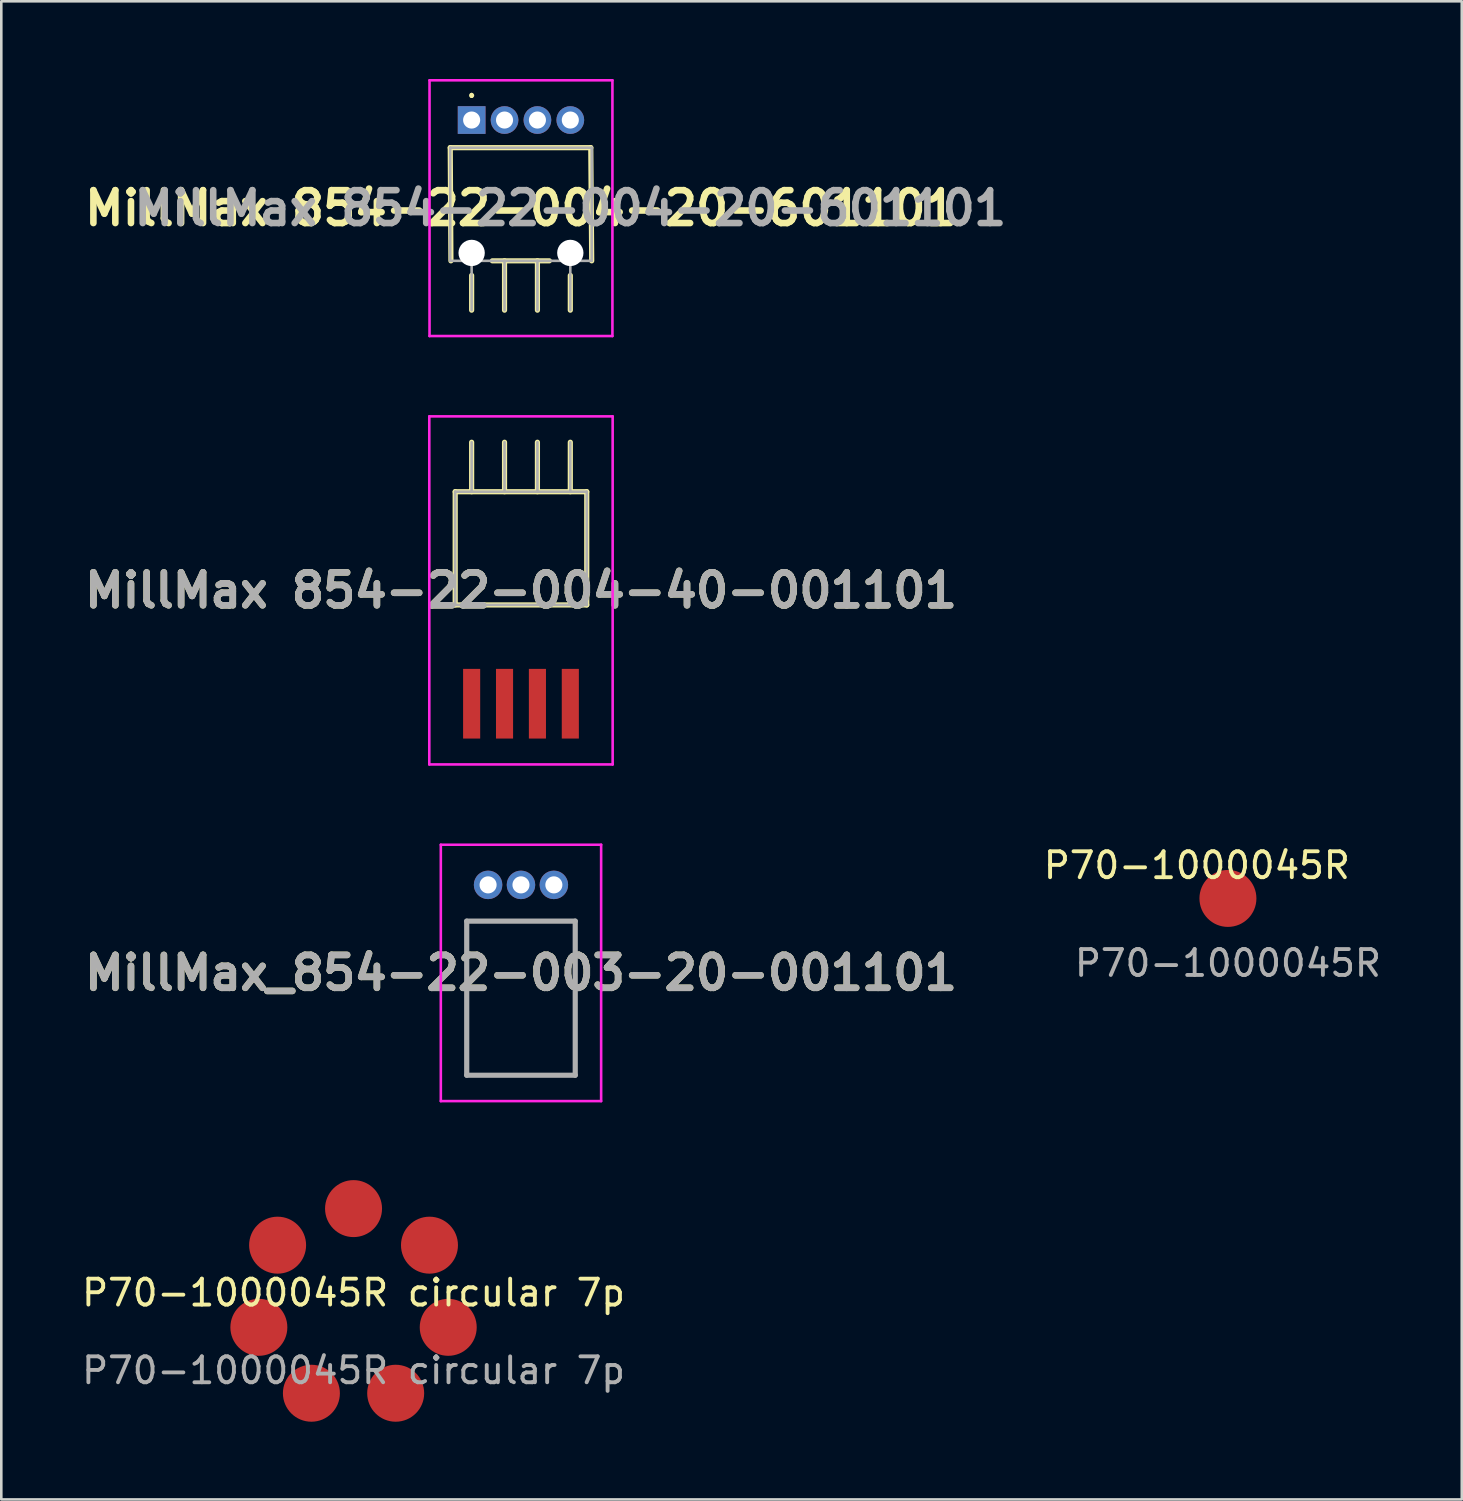
<source format=kicad_pcb>
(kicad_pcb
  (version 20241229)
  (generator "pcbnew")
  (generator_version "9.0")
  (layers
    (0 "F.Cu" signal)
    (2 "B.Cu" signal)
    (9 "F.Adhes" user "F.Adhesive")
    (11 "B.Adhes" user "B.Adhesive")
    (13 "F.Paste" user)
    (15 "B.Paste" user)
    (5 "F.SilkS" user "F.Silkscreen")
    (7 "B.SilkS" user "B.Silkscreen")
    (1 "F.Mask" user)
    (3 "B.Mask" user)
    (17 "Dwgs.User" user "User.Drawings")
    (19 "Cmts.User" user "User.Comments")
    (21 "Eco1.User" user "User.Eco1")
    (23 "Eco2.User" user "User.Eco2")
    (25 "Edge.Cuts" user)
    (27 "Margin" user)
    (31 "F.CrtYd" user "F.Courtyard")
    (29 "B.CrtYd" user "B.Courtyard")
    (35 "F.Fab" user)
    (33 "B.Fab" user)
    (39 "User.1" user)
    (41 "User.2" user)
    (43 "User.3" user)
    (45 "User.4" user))
  (footprint "MillMax 854-22-004-20-601101"
    (layer "F.Cu")
    (at 17.066 1.585)
    (property "Reference" "MillMax 854-22-004-20-601101" (at 0 3.403 0) (layer "F.SilkS") (effects (font (size 1.27 1.27) (thickness 0.254))))
    (attr through_hole)
    (fp_line (start -2.731 1.067) (end 2.695 1.067) (stroke (width 0.2) (type solid)) (layer "F.SilkS"))
    (fp_line (start -2.705 5.436) (end -2.731 1.067) (stroke (width 0.2) (type solid)) (layer "F.SilkS"))
    (fp_line (start -1.905 -1) (end -1.905 -1) (stroke (width 0.1) (type solid)) (layer "F.SilkS"))
    (fp_line (start -1.905 -0.9) (end -1.905 -0.9) (stroke (width 0.1) (type solid)) (layer "F.SilkS"))
    (fp_line (start -1.905 7.341) (end -1.905 6) (stroke (width 0.2) (type solid)) (layer "F.SilkS"))
    (fp_line (start -1.105 5.436) (end 1.095 5.436) (stroke (width 0.2) (type solid)) (layer "F.SilkS"))
    (fp_line (start -0.635 7.341) (end -0.635 5.436) (stroke (width 0.2) (type solid)) (layer "F.SilkS"))
    (fp_line (start 0.635 7.341) (end 0.635 5.436) (stroke (width 0.2) (type solid)) (layer "F.SilkS"))
    (fp_line (start 1.905 7.341) (end 1.905 6) (stroke (width 0.2) (type solid)) (layer "F.SilkS"))
    (fp_line (start 2.695 1.067) (end 2.731 5.436) (stroke (width 0.2) (type solid)) (layer "F.SilkS"))
    (fp_arc (start -1.905 -1) (mid -1.855 -0.95) (end -1.905 -0.9) (stroke (width 0.1) (type solid)) (layer "F.SilkS"))
    (fp_arc (start -1.905 -0.9) (mid -1.955 -0.95) (end -1.905 -1) (stroke (width 0.1) (type solid)) (layer "F.SilkS"))
    (fp_line (start -3.531 -1.535) (end 3.531 -1.535) (stroke (width 0.1) (type solid)) (layer "F.CrtYd"))
    (fp_line (start -3.531 8.341) (end -3.531 -1.535) (stroke (width 0.1) (type solid)) (layer "F.CrtYd"))
    (fp_line (start 3.531 -1.535) (end 3.531 8.341) (stroke (width 0.1) (type solid)) (layer "F.CrtYd"))
    (fp_line (start 3.531 8.341) (end -3.531 8.341) (stroke (width 0.1) (type solid)) (layer "F.CrtYd"))
    (fp_line (start -2.731 1.067) (end -2.731 5.436) (stroke (width 0.1) (type solid)) (layer "F.Fab"))
    (fp_line (start -2.731 5.436) (end 2.731 5.436) (stroke (width 0.1) (type solid)) (layer "F.Fab"))
    (fp_line (start -1.905 5.436) (end -1.905 7.341) (stroke (width 0.1) (type solid)) (layer "F.Fab"))
    (fp_line (start -0.635 7.341) (end -0.635 5.436) (stroke (width 0.1) (type solid)) (layer "F.Fab"))
    (fp_line (start 0.635 7.341) (end 0.635 5.436) (stroke (width 0.1) (type solid)) (layer "F.Fab"))
    (fp_line (start 1.905 7.341) (end 1.905 5.436) (stroke (width 0.1) (type solid)) (layer "F.Fab"))
    (fp_line (start 2.731 1.067) (end -2.731 1.067) (stroke (width 0.1) (type solid)) (layer "F.Fab"))
    (fp_line (start 2.731 5.436) (end 2.731 1.067) (stroke (width 0.1) (type solid)) (layer "F.Fab"))
    (fp_text user "${REFERENCE}" (at 1.905 3.403 0) (layer "F.Fab") (effects (font (size 1.27 1.27) (thickness 0.254))))
    (pad "" np_thru_hole circle (at -1.905 5.131) (size 1.016 1.016) (drill 1.016) (layers "*.Cu" "*.Mask"))
    (pad "" np_thru_hole circle (at 1.905 5.131) (size 1.016 1.016) (drill 1.016) (layers "*.Cu" "*.Mask"))
    (pad "1" thru_hole rect (at -1.905 0) (size 1.07 1.07) (drill 0.66) (layers "*.Cu" "*.Mask"))
    (pad "2" thru_hole circle (at -0.635 0) (size 1.07 1.07) (drill 0.66) (layers "*.Cu" "*.Mask"))
    (pad "3" thru_hole circle (at 0.635 0) (size 1.07 1.07) (drill 0.66) (layers "*.Cu" "*.Mask"))
    (pad "4" thru_hole circle (at 1.905 0) (size 1.07 1.07) (drill 0.66) (layers "*.Cu" "*.Mask")))
  (footprint "P70-1000045R"
    (layer "F.Cu")
    (at 44.363 31.64)
    (property "Reference" "P70-1000045R" (at -1.2 -1.275 0) (unlocked yes) (layer "F.SilkS") (effects (font (size 1 1) (thickness 0.15))))
    (attr smd)
    (fp_text user "${REFERENCE}" (at 0 2.5 0) (unlocked yes) (layer "F.Fab") (effects (font (size 1 1) (thickness 0.15))))
    (pad "1" smd circle (at 0 0) (size 2.2 2.2) (layers "F.Cu" "F.Mask" "F.Paste")))
  (footprint "MillMax 854-22-004-40-001101"
    (layer "F.Cu")
    (at 17.066 19.074)
    (property "Reference" "MillMax 854-22-004-40-001101" (at 0 0.673 0) (layer "F.SilkS") (effects (font (size 1.27 1.27) (thickness 0.254))))
    (attr smd)
    (fp_line (start -2.54 -3.138) (end 2.54 -3.138) (stroke (width 0.2) (type solid)) (layer "F.SilkS"))
    (fp_line (start -2.54 1.233) (end -2.54 -3.138) (stroke (width 0.2) (type solid)) (layer "F.SilkS"))
    (fp_line (start -1.905 -3.138) (end -1.905 -5.048) (stroke (width 0.2) (type solid)) (layer "F.SilkS"))
    (fp_line (start -0.635 -5.048) (end -0.635 -3.138) (stroke (width 0.2) (type solid)) (layer "F.SilkS"))
    (fp_line (start 0.635 -3.138) (end 0.635 -5.048) (stroke (width 0.2) (type solid)) (layer "F.SilkS"))
    (fp_line (start 1.905 -5.048) (end 1.905 -3.138) (stroke (width 0.2) (type solid)) (layer "F.SilkS"))
    (fp_line (start 2.54 -3.138) (end 2.54 1.233) (stroke (width 0.2) (type solid)) (layer "F.SilkS"))
    (fp_line (start 2.54 1.233) (end -2.54 1.233) (stroke (width 0.2) (type solid)) (layer "F.SilkS"))
    (fp_line (start -3.54 -6.048) (end 3.54 -6.048) (stroke (width 0.1) (type solid)) (layer "F.CrtYd"))
    (fp_line (start -3.54 7.393) (end -3.54 -6.048) (stroke (width 0.1) (type solid)) (layer "F.CrtYd"))
    (fp_line (start 3.54 -6.048) (end 3.54 7.393) (stroke (width 0.1) (type solid)) (layer "F.CrtYd"))
    (fp_line (start 3.54 7.393) (end -3.54 7.393) (stroke (width 0.1) (type solid)) (layer "F.CrtYd"))
    (fp_line (start -2.54 -3.138) (end 2.54 -3.138) (stroke (width 0.1) (type solid)) (layer "F.Fab"))
    (fp_line (start -2.54 1.233) (end -2.54 -3.138) (stroke (width 0.1) (type solid)) (layer "F.Fab"))
    (fp_line (start -1.905 -3.138) (end -1.905 -5.048) (stroke (width 0.1) (type solid)) (layer "F.Fab"))
    (fp_line (start -0.635 -3.138) (end -0.635 -5.048) (stroke (width 0.1) (type solid)) (layer "F.Fab"))
    (fp_line (start 0.635 -3.138) (end 0.635 -5.048) (stroke (width 0.1) (type solid)) (layer "F.Fab"))
    (fp_line (start 1.905 -3.138) (end 1.905 -5.048) (stroke (width 0.1) (type solid)) (layer "F.Fab"))
    (fp_line (start 2.54 -3.138) (end 2.54 1.233) (stroke (width 0.1) (type solid)) (layer "F.Fab"))
    (fp_line (start 2.54 1.233) (end -2.54 1.233) (stroke (width 0.1) (type solid)) (layer "F.Fab"))
    (fp_text user "${REFERENCE}" (at 0 0.673 0) (layer "F.Fab") (effects (font (size 1.27 1.27) (thickness 0.254))))
    (pad "1" smd rect (at -1.905 5.048) (size 0.66 2.69) (layers "F.Cu" "F.Mask" "F.Paste"))
    (pad "2" smd rect (at -0.635 5.048) (size 0.66 2.69) (layers "F.Cu" "F.Mask" "F.Paste"))
    (pad "3" smd rect (at 0.635 5.048) (size 0.66 2.69) (layers "F.Cu" "F.Mask" "F.Paste"))
    (pad "4" smd rect (at 1.905 5.048) (size 0.66 2.69) (layers "F.Cu" "F.Mask" "F.Paste")))
  (footprint "P70-1000045R circular 7p"
    (layer "F.Cu")
    (at 10.601 47.367)
    (property "Reference" "P70-1000045R circular 7p" (at 0 -0.5 0) (unlocked yes) (layer "F.SilkS") (effects (font (size 1 1) (thickness 0.15))))
    (attr smd)
    (fp_text user "${REFERENCE}" (at 0 2.5 0) (unlocked yes) (layer "F.Fab") (effects (font (size 1 1) (thickness 0.15))))
    (pad "1" smd circle (at 0 -3.75) (size 2.2 2.2) (layers "F.Cu" "F.Mask" "F.Paste"))
    (pad "2" smd circle (at -2.932 -2.338) (size 2.2 2.2) (layers "F.Cu" "F.Mask" "F.Paste"))
    (pad "3" smd circle (at -3.656 0.834) (size 2.2 2.2) (layers "F.Cu" "F.Mask" "F.Paste"))
    (pad "4" smd circle (at -1.627 3.379) (size 2.2 2.2) (layers "F.Cu" "F.Mask" "F.Paste"))
    (pad "5" smd circle (at 1.627 3.379) (size 2.2 2.2) (layers "F.Cu" "F.Mask" "F.Paste"))
    (pad "6" smd circle (at 3.656 0.834) (size 2.2 2.2) (layers "F.Cu" "F.Mask" "F.Paste"))
    (pad "7" smd circle (at 2.932 -2.338) (size 2.2 2.2) (layers "F.Cu" "F.Mask" "F.Paste")))
  (footprint "MillMax_854-22-003-20-001101"
    (layer "F.Cu")
    (at 15.796 31.117)
    (property "Reference" "MillMax_854-22-003-20-001101" (at 1.27 3.4 0) (layer "F.SilkS") (effects (font (size 1.27 1.27) (thickness 0.254))))
    (attr through_hole)
    (fp_line (start -0.825 1.4) (end 3.365 1.4) (stroke (width 0.1) (type solid)) (layer "F.SilkS"))
    (fp_line (start -0.825 7.35) (end -0.825 1.4) (stroke (width 0.1) (type solid)) (layer "F.SilkS"))
    (fp_line (start 3.365 1.4) (end 3.365 7.35) (stroke (width 0.1) (type solid)) (layer "F.SilkS"))
    (fp_line (start 3.365 7.35) (end -0.825 7.35) (stroke (width 0.1) (type solid)) (layer "F.SilkS"))
    (fp_line (start -1.825 -1.55) (end 4.365 -1.55) (stroke (width 0.1) (type solid)) (layer "F.CrtYd"))
    (fp_line (start -1.825 8.35) (end -1.825 -1.55) (stroke (width 0.1) (type solid)) (layer "F.CrtYd"))
    (fp_line (start 4.365 -1.55) (end 4.365 8.35) (stroke (width 0.1) (type solid)) (layer "F.CrtYd"))
    (fp_line (start 4.365 8.35) (end -1.825 8.35) (stroke (width 0.1) (type solid)) (layer "F.CrtYd"))
    (fp_line (start -0.825 1.4) (end 3.365 1.4) (stroke (width 0.2) (type solid)) (layer "F.Fab"))
    (fp_line (start -0.825 7.35) (end -0.825 1.4) (stroke (width 0.2) (type solid)) (layer "F.Fab"))
    (fp_line (start 3.365 1.4) (end 3.365 7.35) (stroke (width 0.2) (type solid)) (layer "F.Fab"))
    (fp_line (start 3.365 7.35) (end -0.825 7.35) (stroke (width 0.2) (type solid)) (layer "F.Fab"))
    (fp_text user "${REFERENCE}" (at 1.27 3.4 0) (layer "F.Fab") (effects (font (size 1.27 1.27) (thickness 0.254))))
    (pad "1" thru_hole circle (at 0 0) (size 1.1 1.1) (drill 0.66) (layers "*.Cu" "*.Mask"))
    (pad "2" thru_hole circle (at 1.27 0) (size 1.1 1.1) (drill 0.66) (layers "*.Cu" "*.Mask"))
    (pad "3" thru_hole circle (at 2.54 0) (size 1.1 1.1) (drill 0.66) (layers "*.Cu" "*.Mask")))
  (gr_rect
    (start -3 -3)
    (end 53.392 54.846)
    (stroke (width 0.1) (type default))
    (fill no)
    (layer "Edge.Cuts")))
</source>
